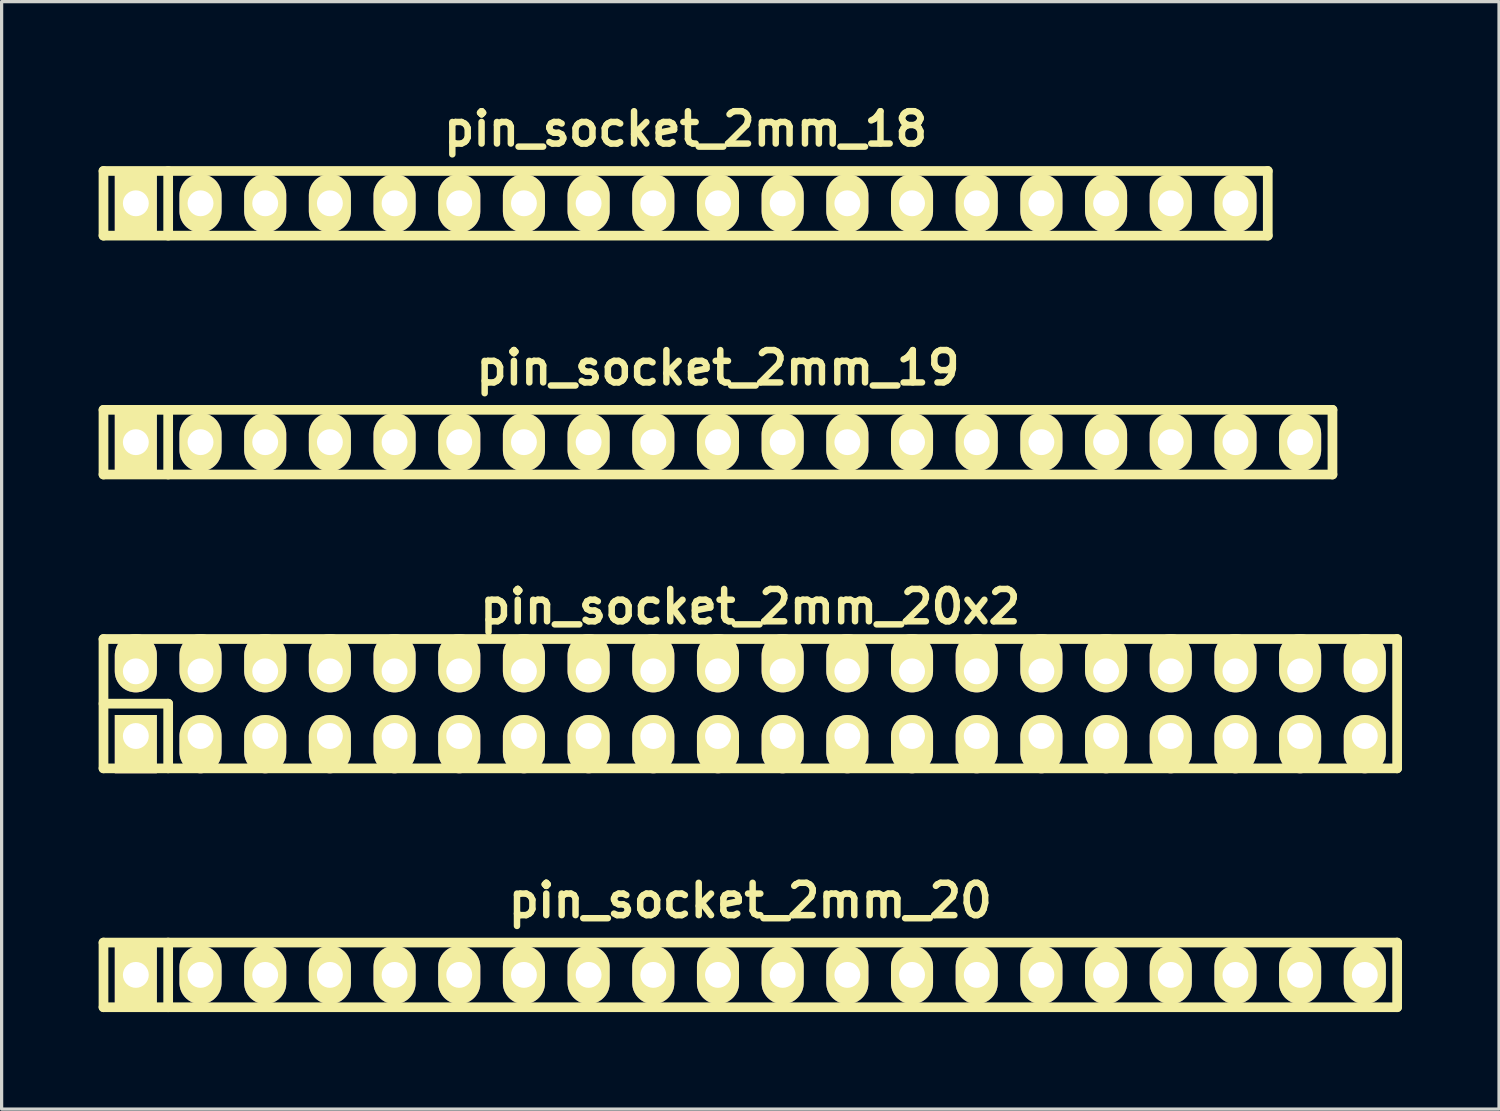
<source format=kicad_pcb>
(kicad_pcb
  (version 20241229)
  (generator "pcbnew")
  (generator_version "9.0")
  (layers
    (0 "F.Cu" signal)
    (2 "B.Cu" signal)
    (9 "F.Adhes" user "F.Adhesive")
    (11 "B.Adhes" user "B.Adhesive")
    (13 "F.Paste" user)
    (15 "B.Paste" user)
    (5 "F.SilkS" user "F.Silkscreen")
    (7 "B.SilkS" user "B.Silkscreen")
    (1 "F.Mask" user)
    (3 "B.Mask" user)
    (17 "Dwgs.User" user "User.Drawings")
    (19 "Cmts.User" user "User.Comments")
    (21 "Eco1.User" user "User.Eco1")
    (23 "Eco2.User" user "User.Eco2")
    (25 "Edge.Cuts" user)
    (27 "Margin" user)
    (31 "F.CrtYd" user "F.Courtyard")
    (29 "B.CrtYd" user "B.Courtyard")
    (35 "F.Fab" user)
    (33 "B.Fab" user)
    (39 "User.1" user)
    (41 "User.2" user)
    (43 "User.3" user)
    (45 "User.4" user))
  (footprint "pin_socket_2mm_18"
    (layer "F.Cu")
    (at 18.15 3.236)
    (property "Reference" "pin_socket_2mm_18" (at 0 -2.3 0) (layer "F.SilkS") (effects (font (size 1 1) (thickness 0.2))))
    (attr through_hole)
    (fp_line (start -18 -1) (end 18 -1) (stroke (width 0.3) (type solid)) (layer "F.SilkS"))
    (fp_line (start -18 1) (end -18 -1) (stroke (width 0.3) (type solid)) (layer "F.SilkS"))
    (fp_line (start -16 -1) (end -16 1) (stroke (width 0.3) (type solid)) (layer "F.SilkS"))
    (fp_line (start 18 -1) (end 18 1) (stroke (width 0.3) (type solid)) (layer "F.SilkS"))
    (fp_line (start 18 1) (end -18 1) (stroke (width 0.3) (type solid)) (layer "F.SilkS"))
    (pad "1" thru_hole rect (at -17 0) (size 1.3 1.8) (drill 0.8) (layers "*.Cu" "*.Mask" "F.SilkS"))
    (pad "2" thru_hole oval (at -15 0) (size 1.3 1.8) (drill 0.8) (layers "*.Cu" "*.Mask" "F.SilkS"))
    (pad "3" thru_hole oval (at -13 0) (size 1.3 1.8) (drill 0.8) (layers "*.Cu" "*.Mask" "F.SilkS"))
    (pad "4" thru_hole oval (at -11 0) (size 1.3 1.8) (drill 0.8) (layers "*.Cu" "*.Mask" "F.SilkS"))
    (pad "5" thru_hole oval (at -9 0) (size 1.3 1.8) (drill 0.8) (layers "*.Cu" "*.Mask" "F.SilkS"))
    (pad "6" thru_hole oval (at -7 0) (size 1.3 1.8) (drill 0.8) (layers "*.Cu" "*.Mask" "F.SilkS"))
    (pad "7" thru_hole oval (at -5 0) (size 1.3 1.8) (drill 0.8) (layers "*.Cu" "*.Mask" "F.SilkS"))
    (pad "8" thru_hole oval (at -3 0) (size 1.3 1.8) (drill 0.8) (layers "*.Cu" "*.Mask" "F.SilkS"))
    (pad "9" thru_hole oval (at -1 0) (size 1.3 1.8) (drill 0.8) (layers "*.Cu" "*.Mask" "F.SilkS"))
    (pad "10" thru_hole oval (at 1 0) (size 1.3 1.8) (drill 0.8) (layers "*.Cu" "*.Mask" "F.SilkS"))
    (pad "11" thru_hole oval (at 3 0) (size 1.3 1.8) (drill 0.8) (layers "*.Cu" "*.Mask" "F.SilkS"))
    (pad "12" thru_hole oval (at 5 0) (size 1.3 1.8) (drill 0.8) (layers "*.Cu" "*.Mask" "F.SilkS"))
    (pad "13" thru_hole oval (at 7 0) (size 1.3 1.8) (drill 0.8) (layers "*.Cu" "*.Mask" "F.SilkS"))
    (pad "14" thru_hole oval (at 9 0) (size 1.3 1.8) (drill 0.8) (layers "*.Cu" "*.Mask" "F.SilkS"))
    (pad "15" thru_hole oval (at 11 0) (size 1.3 1.8) (drill 0.8) (layers "*.Cu" "*.Mask" "F.SilkS"))
    (pad "16" thru_hole oval (at 13 0) (size 1.3 1.8) (drill 0.8) (layers "*.Cu" "*.Mask" "F.SilkS"))
    (pad "17" thru_hole oval (at 15 0) (size 1.3 1.8) (drill 0.8) (layers "*.Cu" "*.Mask" "F.SilkS"))
    (pad "18" thru_hole oval (at 17 0) (size 1.3 1.8) (drill 0.8) (layers "*.Cu" "*.Mask" "F.SilkS")))
  (footprint "pin_socket_2mm_20"
    (layer "F.Cu")
    (at 20.15 27.094)
    (property "Reference" "pin_socket_2mm_20" (at 0 -2.3 0) (layer "F.SilkS") (effects (font (size 1 1) (thickness 0.2))))
    (attr through_hole)
    (fp_line (start -20 -1) (end 20 -1) (stroke (width 0.3) (type solid)) (layer "F.SilkS"))
    (fp_line (start -20 1) (end -20 -1) (stroke (width 0.3) (type solid)) (layer "F.SilkS"))
    (fp_line (start -18 -1) (end -18 1) (stroke (width 0.3) (type solid)) (layer "F.SilkS"))
    (fp_line (start 20 -1) (end 20 1) (stroke (width 0.3) (type solid)) (layer "F.SilkS"))
    (fp_line (start 20 1) (end -20 1) (stroke (width 0.3) (type solid)) (layer "F.SilkS"))
    (pad "1" thru_hole rect (at -19 0) (size 1.3 1.8) (drill 0.8) (layers "*.Cu" "*.Mask" "F.SilkS"))
    (pad "2" thru_hole oval (at -17 0) (size 1.3 1.8) (drill 0.8) (layers "*.Cu" "*.Mask" "F.SilkS"))
    (pad "3" thru_hole oval (at -15 0) (size 1.3 1.8) (drill 0.8) (layers "*.Cu" "*.Mask" "F.SilkS"))
    (pad "4" thru_hole oval (at -13 0) (size 1.3 1.8) (drill 0.8) (layers "*.Cu" "*.Mask" "F.SilkS"))
    (pad "5" thru_hole oval (at -11 0) (size 1.3 1.8) (drill 0.8) (layers "*.Cu" "*.Mask" "F.SilkS"))
    (pad "6" thru_hole oval (at -9 0) (size 1.3 1.8) (drill 0.8) (layers "*.Cu" "*.Mask" "F.SilkS"))
    (pad "7" thru_hole oval (at -7 0) (size 1.3 1.8) (drill 0.8) (layers "*.Cu" "*.Mask" "F.SilkS"))
    (pad "8" thru_hole oval (at -5 0) (size 1.3 1.8) (drill 0.8) (layers "*.Cu" "*.Mask" "F.SilkS"))
    (pad "9" thru_hole oval (at -3 0) (size 1.3 1.8) (drill 0.8) (layers "*.Cu" "*.Mask" "F.SilkS"))
    (pad "10" thru_hole oval (at -1 0) (size 1.3 1.8) (drill 0.8) (layers "*.Cu" "*.Mask" "F.SilkS"))
    (pad "11" thru_hole oval (at 1 0) (size 1.3 1.8) (drill 0.8) (layers "*.Cu" "*.Mask" "F.SilkS"))
    (pad "12" thru_hole oval (at 3 0) (size 1.3 1.8) (drill 0.8) (layers "*.Cu" "*.Mask" "F.SilkS"))
    (pad "13" thru_hole oval (at 5 0) (size 1.3 1.8) (drill 0.8) (layers "*.Cu" "*.Mask" "F.SilkS"))
    (pad "14" thru_hole oval (at 7 0) (size 1.3 1.8) (drill 0.8) (layers "*.Cu" "*.Mask" "F.SilkS"))
    (pad "15" thru_hole oval (at 9 0) (size 1.3 1.8) (drill 0.8) (layers "*.Cu" "*.Mask" "F.SilkS"))
    (pad "16" thru_hole oval (at 11 0) (size 1.3 1.8) (drill 0.8) (layers "*.Cu" "*.Mask" "F.SilkS"))
    (pad "17" thru_hole oval (at 13 0) (size 1.3 1.8) (drill 0.8) (layers "*.Cu" "*.Mask" "F.SilkS"))
    (pad "18" thru_hole oval (at 15 0) (size 1.3 1.8) (drill 0.8) (layers "*.Cu" "*.Mask" "F.SilkS"))
    (pad "19" thru_hole oval (at 17 0) (size 1.3 1.8) (drill 0.8) (layers "*.Cu" "*.Mask" "F.SilkS"))
    (pad "20" thru_hole oval (at 19 0) (size 1.3 1.8) (drill 0.8) (layers "*.Cu" "*.Mask" "F.SilkS")))
  (footprint "pin_socket_2mm_20x2"
    (layer "F.Cu")
    (at 20.15 18.708)
    (property "Reference" "pin_socket_2mm_20x2" (at 0 -3 0) (layer "F.SilkS") (effects (font (size 1 1) (thickness 0.2))))
    (attr through_hole)
    (fp_line (start -20 -2) (end 20 -2) (stroke (width 0.3) (type solid)) (layer "F.SilkS"))
    (fp_line (start -20 0) (end -18 0) (stroke (width 0.3) (type solid)) (layer "F.SilkS"))
    (fp_line (start -20 2) (end -20 -2) (stroke (width 0.3) (type solid)) (layer "F.SilkS"))
    (fp_line (start -18 0) (end -18 2) (stroke (width 0.3) (type solid)) (layer "F.SilkS"))
    (fp_line (start 20 -2) (end 20 2) (stroke (width 0.3) (type solid)) (layer "F.SilkS"))
    (fp_line (start 20 2) (end -20 2) (stroke (width 0.3) (type solid)) (layer "F.SilkS"))
    (pad "1" thru_hole rect (at -19 1) (size 1.3 1.8) (drill 0.8 (offset 0 0.25)) (layers "*.Cu" "*.Mask" "F.SilkS"))
    (pad "2" thru_hole oval (at -19 -1) (size 1.3 1.8) (drill 0.8 (offset 0 -0.25)) (layers "*.Cu" "*.Mask" "F.SilkS"))
    (pad "3" thru_hole oval (at -17 1) (size 1.3 1.8) (drill 0.8 (offset 0 0.25)) (layers "*.Cu" "*.Mask" "F.SilkS"))
    (pad "4" thru_hole oval (at -17 -1) (size 1.3 1.8) (drill 0.8 (offset 0 -0.25)) (layers "*.Cu" "*.Mask" "F.SilkS"))
    (pad "5" thru_hole oval (at -15 1) (size 1.3 1.8) (drill 0.8 (offset 0 0.25)) (layers "*.Cu" "*.Mask" "F.SilkS"))
    (pad "6" thru_hole oval (at -15 -1) (size 1.3 1.8) (drill 0.8 (offset 0 -0.25)) (layers "*.Cu" "*.Mask" "F.SilkS"))
    (pad "7" thru_hole oval (at -13 1) (size 1.3 1.8) (drill 0.8 (offset 0 0.25)) (layers "*.Cu" "*.Mask" "F.SilkS"))
    (pad "8" thru_hole oval (at -13 -1) (size 1.3 1.8) (drill 0.8 (offset 0 -0.25)) (layers "*.Cu" "*.Mask" "F.SilkS"))
    (pad "9" thru_hole oval (at -11 1) (size 1.3 1.8) (drill 0.8 (offset 0 0.25)) (layers "*.Cu" "*.Mask" "F.SilkS"))
    (pad "10" thru_hole oval (at -11 -1) (size 1.3 1.8) (drill 0.8 (offset 0 -0.25)) (layers "*.Cu" "*.Mask" "F.SilkS"))
    (pad "11" thru_hole oval (at -9 1) (size 1.3 1.8) (drill 0.8 (offset 0 0.25)) (layers "*.Cu" "*.Mask" "F.SilkS"))
    (pad "12" thru_hole oval (at -9 -1) (size 1.3 1.8) (drill 0.8 (offset 0 -0.25)) (layers "*.Cu" "*.Mask" "F.SilkS"))
    (pad "13" thru_hole oval (at -7 1) (size 1.3 1.8) (drill 0.8 (offset 0 0.25)) (layers "*.Cu" "*.Mask" "F.SilkS"))
    (pad "14" thru_hole oval (at -7 -1) (size 1.3 1.8) (drill 0.8 (offset 0 -0.25)) (layers "*.Cu" "*.Mask" "F.SilkS"))
    (pad "15" thru_hole oval (at -5 1) (size 1.3 1.8) (drill 0.8 (offset 0 0.25)) (layers "*.Cu" "*.Mask" "F.SilkS"))
    (pad "16" thru_hole oval (at -5 -1) (size 1.3 1.8) (drill 0.8 (offset 0 -0.25)) (layers "*.Cu" "*.Mask" "F.SilkS"))
    (pad "17" thru_hole oval (at -3 1) (size 1.3 1.8) (drill 0.8 (offset 0 0.25)) (layers "*.Cu" "*.Mask" "F.SilkS"))
    (pad "18" thru_hole oval (at -3 -1) (size 1.3 1.8) (drill 0.8 (offset 0 -0.25)) (layers "*.Cu" "*.Mask" "F.SilkS"))
    (pad "19" thru_hole oval (at -1 1) (size 1.3 1.8) (drill 0.8 (offset 0 0.25)) (layers "*.Cu" "*.Mask" "F.SilkS"))
    (pad "20" thru_hole oval (at -1 -1) (size 1.3 1.8) (drill 0.8 (offset 0 -0.25)) (layers "*.Cu" "*.Mask" "F.SilkS"))
    (pad "21" thru_hole oval (at 1 1) (size 1.3 1.8) (drill 0.8 (offset 0 0.25)) (layers "*.Cu" "*.Mask" "F.SilkS"))
    (pad "22" thru_hole oval (at 1 -1) (size 1.3 1.8) (drill 0.8 (offset 0 -0.25)) (layers "*.Cu" "*.Mask" "F.SilkS"))
    (pad "23" thru_hole oval (at 3 1) (size 1.3 1.8) (drill 0.8 (offset 0 0.25)) (layers "*.Cu" "*.Mask" "F.SilkS"))
    (pad "24" thru_hole oval (at 3 -1) (size 1.3 1.8) (drill 0.8 (offset 0 -0.25)) (layers "*.Cu" "*.Mask" "F.SilkS"))
    (pad "25" thru_hole oval (at 5 1) (size 1.3 1.8) (drill 0.8 (offset 0 0.25)) (layers "*.Cu" "*.Mask" "F.SilkS"))
    (pad "26" thru_hole oval (at 5 -1) (size 1.3 1.8) (drill 0.8 (offset 0 -0.25)) (layers "*.Cu" "*.Mask" "F.SilkS"))
    (pad "27" thru_hole oval (at 7 1) (size 1.3 1.8) (drill 0.8 (offset 0 0.25)) (layers "*.Cu" "*.Mask" "F.SilkS"))
    (pad "28" thru_hole oval (at 7 -1) (size 1.3 1.8) (drill 0.8 (offset 0 -0.25)) (layers "*.Cu" "*.Mask" "F.SilkS"))
    (pad "29" thru_hole oval (at 9 1) (size 1.3 1.8) (drill 0.8 (offset 0 0.25)) (layers "*.Cu" "*.Mask" "F.SilkS"))
    (pad "30" thru_hole oval (at 9 -1) (size 1.3 1.8) (drill 0.8 (offset 0 -0.25)) (layers "*.Cu" "*.Mask" "F.SilkS"))
    (pad "31" thru_hole oval (at 11 1) (size 1.3 1.8) (drill 0.8 (offset 0 0.25)) (layers "*.Cu" "*.Mask" "F.SilkS"))
    (pad "32" thru_hole oval (at 11 -1) (size 1.3 1.8) (drill 0.8 (offset 0 -0.25)) (layers "*.Cu" "*.Mask" "F.SilkS"))
    (pad "33" thru_hole oval (at 13 1) (size 1.3 1.8) (drill 0.8 (offset 0 0.25)) (layers "*.Cu" "*.Mask" "F.SilkS"))
    (pad "34" thru_hole oval (at 13 -1) (size 1.3 1.8) (drill 0.8 (offset 0 -0.25)) (layers "*.Cu" "*.Mask" "F.SilkS"))
    (pad "35" thru_hole oval (at 15 1) (size 1.3 1.8) (drill 0.8 (offset 0 0.25)) (layers "*.Cu" "*.Mask" "F.SilkS"))
    (pad "36" thru_hole oval (at 15 -1) (size 1.3 1.8) (drill 0.8 (offset 0 -0.25)) (layers "*.Cu" "*.Mask" "F.SilkS"))
    (pad "37" thru_hole oval (at 17 1) (size 1.3 1.8) (drill 0.8 (offset 0 0.25)) (layers "*.Cu" "*.Mask" "F.SilkS"))
    (pad "38" thru_hole oval (at 17 -1) (size 1.3 1.8) (drill 0.8 (offset 0 -0.25)) (layers "*.Cu" "*.Mask" "F.SilkS"))
    (pad "39" thru_hole oval (at 19 1) (size 1.3 1.8) (drill 0.8 (offset 0 0.25)) (layers "*.Cu" "*.Mask" "F.SilkS"))
    (pad "40" thru_hole oval (at 19 -1) (size 1.3 1.8) (drill 0.8 (offset 0 -0.25)) (layers "*.Cu" "*.Mask" "F.SilkS")))
  (footprint "pin_socket_2mm_19"
    (layer "F.Cu")
    (at 19.15 10.622)
    (property "Reference" "pin_socket_2mm_19" (at 0 -2.3 0) (layer "F.SilkS") (effects (font (size 1 1) (thickness 0.2))))
    (attr through_hole)
    (fp_line (start -19 -1) (end 19 -1) (stroke (width 0.3) (type solid)) (layer "F.SilkS"))
    (fp_line (start -19 1) (end -19 -1) (stroke (width 0.3) (type solid)) (layer "F.SilkS"))
    (fp_line (start -17 -1) (end -17 1) (stroke (width 0.3) (type solid)) (layer "F.SilkS"))
    (fp_line (start 19 -1) (end 19 1) (stroke (width 0.3) (type solid)) (layer "F.SilkS"))
    (fp_line (start 19 1) (end -19 1) (stroke (width 0.3) (type solid)) (layer "F.SilkS"))
    (pad "1" thru_hole rect (at -18 0) (size 1.3 1.8) (drill 0.8) (layers "*.Cu" "*.Mask" "F.SilkS"))
    (pad "2" thru_hole oval (at -16 0) (size 1.3 1.8) (drill 0.8) (layers "*.Cu" "*.Mask" "F.SilkS"))
    (pad "3" thru_hole oval (at -14 0) (size 1.3 1.8) (drill 0.8) (layers "*.Cu" "*.Mask" "F.SilkS"))
    (pad "4" thru_hole oval (at -12 0) (size 1.3 1.8) (drill 0.8) (layers "*.Cu" "*.Mask" "F.SilkS"))
    (pad "5" thru_hole oval (at -10 0) (size 1.3 1.8) (drill 0.8) (layers "*.Cu" "*.Mask" "F.SilkS"))
    (pad "6" thru_hole oval (at -8 0) (size 1.3 1.8) (drill 0.8) (layers "*.Cu" "*.Mask" "F.SilkS"))
    (pad "7" thru_hole oval (at -6 0) (size 1.3 1.8) (drill 0.8) (layers "*.Cu" "*.Mask" "F.SilkS"))
    (pad "8" thru_hole oval (at -4 0) (size 1.3 1.8) (drill 0.8) (layers "*.Cu" "*.Mask" "F.SilkS"))
    (pad "9" thru_hole oval (at -2 0) (size 1.3 1.8) (drill 0.8) (layers "*.Cu" "*.Mask" "F.SilkS"))
    (pad "10" thru_hole oval (at 0 0) (size 1.3 1.8) (drill 0.8) (layers "*.Cu" "*.Mask" "F.SilkS"))
    (pad "11" thru_hole oval (at 2 0) (size 1.3 1.8) (drill 0.8) (layers "*.Cu" "*.Mask" "F.SilkS"))
    (pad "12" thru_hole oval (at 4 0) (size 1.3 1.8) (drill 0.8) (layers "*.Cu" "*.Mask" "F.SilkS"))
    (pad "13" thru_hole oval (at 6 0) (size 1.3 1.8) (drill 0.8) (layers "*.Cu" "*.Mask" "F.SilkS"))
    (pad "14" thru_hole oval (at 8 0) (size 1.3 1.8) (drill 0.8) (layers "*.Cu" "*.Mask" "F.SilkS"))
    (pad "15" thru_hole oval (at 10 0) (size 1.3 1.8) (drill 0.8) (layers "*.Cu" "*.Mask" "F.SilkS"))
    (pad "16" thru_hole oval (at 12 0) (size 1.3 1.8) (drill 0.8) (layers "*.Cu" "*.Mask" "F.SilkS"))
    (pad "17" thru_hole oval (at 14 0) (size 1.3 1.8) (drill 0.8) (layers "*.Cu" "*.Mask" "F.SilkS"))
    (pad "18" thru_hole oval (at 16 0) (size 1.3 1.8) (drill 0.8) (layers "*.Cu" "*.Mask" "F.SilkS"))
    (pad "19" thru_hole oval (at 18 0) (size 1.3 1.8) (drill 0.8) (layers "*.Cu" "*.Mask" "F.SilkS")))
  (gr_rect
    (start -3 -3)
    (end 43.3 31.244)
    (stroke (width 0.1) (type default))
    (fill no)
    (layer "Edge.Cuts")))
</source>
